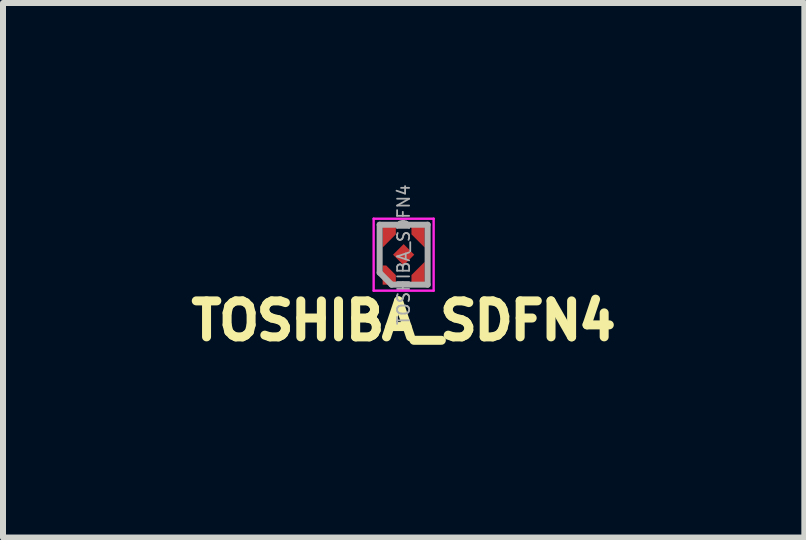
<source format=kicad_pcb>
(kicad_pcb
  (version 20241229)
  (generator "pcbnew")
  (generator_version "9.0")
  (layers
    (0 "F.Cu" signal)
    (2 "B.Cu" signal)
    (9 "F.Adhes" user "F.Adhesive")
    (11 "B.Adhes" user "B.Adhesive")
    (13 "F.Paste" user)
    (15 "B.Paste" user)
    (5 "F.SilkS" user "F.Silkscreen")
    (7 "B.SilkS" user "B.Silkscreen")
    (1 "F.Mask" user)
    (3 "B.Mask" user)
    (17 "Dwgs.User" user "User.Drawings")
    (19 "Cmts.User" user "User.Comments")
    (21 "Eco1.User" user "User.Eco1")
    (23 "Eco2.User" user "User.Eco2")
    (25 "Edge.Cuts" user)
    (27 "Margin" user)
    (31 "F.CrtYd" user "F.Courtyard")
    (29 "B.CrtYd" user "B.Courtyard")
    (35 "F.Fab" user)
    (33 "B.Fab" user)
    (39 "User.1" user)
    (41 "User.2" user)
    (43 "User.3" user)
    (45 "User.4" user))
  (footprint "TOSHIBA_SDFN4"
    (layer "F.Cu")
    (at 3.679 1.196)
    (property "Reference" "TOSHIBA_SDFN4" (at 0 1.1 0) (layer "F.SilkS") (effects (font (size 0.6 0.6) (thickness 0.15))))
    (property "Value" "${VALUE}" (at 0 -0.8 0) (layer "F.Fab") (hide yes) (effects (font (size 0.3 0.3) (thickness 0.05))))
    (attr through_hole)
    (fp_line (start -0.5 -0.6) (end -0.5 0.6) (stroke (width 0.04) (type solid)) (layer "F.CrtYd"))
    (fp_line (start -0.5 0.6) (end 0.5 0.6) (stroke (width 0.04) (type solid)) (layer "F.CrtYd"))
    (fp_line (start 0.5 -0.6) (end -0.5 -0.6) (stroke (width 0.04) (type solid)) (layer "F.CrtYd"))
    (fp_line (start 0.5 0.6) (end 0.5 -0.6) (stroke (width 0.04) (type solid)) (layer "F.CrtYd"))
    (fp_line (start -0.4 -0.5) (end -0.4 0.3) (stroke (width 0.1) (type solid)) (layer "F.Fab"))
    (fp_line (start -0.2 0.5) (end -0.4 0.3) (stroke (width 0.1) (type solid)) (layer "F.Fab"))
    (fp_line (start -0.2 0.5) (end 0.4 0.5) (stroke (width 0.1) (type solid)) (layer "F.Fab"))
    (fp_line (start 0.4 -0.5) (end -0.4 -0.5) (stroke (width 0.1) (type solid)) (layer "F.Fab"))
    (fp_line (start 0.4 0.5) (end 0.4 -0.5) (stroke (width 0.1) (type solid)) (layer "F.Fab"))
    (fp_text user "${REFERENCE}" (at 0 0 90) (layer "F.Fab") (effects (font (size 0.2 0.2) (thickness 0.03))))
    (pad "1" smd custom (at -0.24 0.42 180) (size 0.22 0.16) (layers "F.Cu" "F.Mask" "F.Paste") (options (anchor rect)) (primitives (gr_poly (pts (xy -0.11 -0.08) (xy -0.11 0.08) (xy 0.05 0.24) (xy 0.11 0.24) (xy 0.11 -0.08)) (width 0) (fill yes))))
    (pad "2" smd custom (at 0.24 0.42 180) (size 0.22 0.16) (layers "F.Cu" "F.Mask" "F.Paste") (options (anchor rect)) (primitives (gr_poly (pts (xy -0.11 -0.08) (xy -0.11 0.3) (xy 0.11 0.08) (xy 0.11 -0.08)) (width 0) (fill yes))))
    (pad "3" smd custom (at 0.24 -0.42) (size 0.22 0.16) (layers "F.Cu" "F.Mask" "F.Paste") (options (anchor rect)) (primitives (gr_poly (pts (xy -0.11 -0.08) (xy -0.11 0.08) (xy 0.11 0.3) (xy 0.11 -0.08)) (width 0) (fill yes))))
    (pad "4" smd custom (at -0.24 -0.42) (size 0.22 0.16) (layers "F.Cu" "F.Mask" "F.Paste") (options (anchor rect)) (primitives (gr_poly (pts (xy -0.11 -0.08) (xy -0.11 0.3) (xy 0.11 0.08) (xy 0.11 -0.08)) (width 0) (fill yes))))
    (pad "5" smd rect (at 0 0 45) (size 0.25 0.25) (layers "F.Cu" "F.Mask" "F.Paste")))
  (gr_rect
    (start -3 -3)
    (end 10.359 5.911)
    (stroke (width 0.1) (type default))
    (fill no)
    (layer "Edge.Cuts")))
</source>
